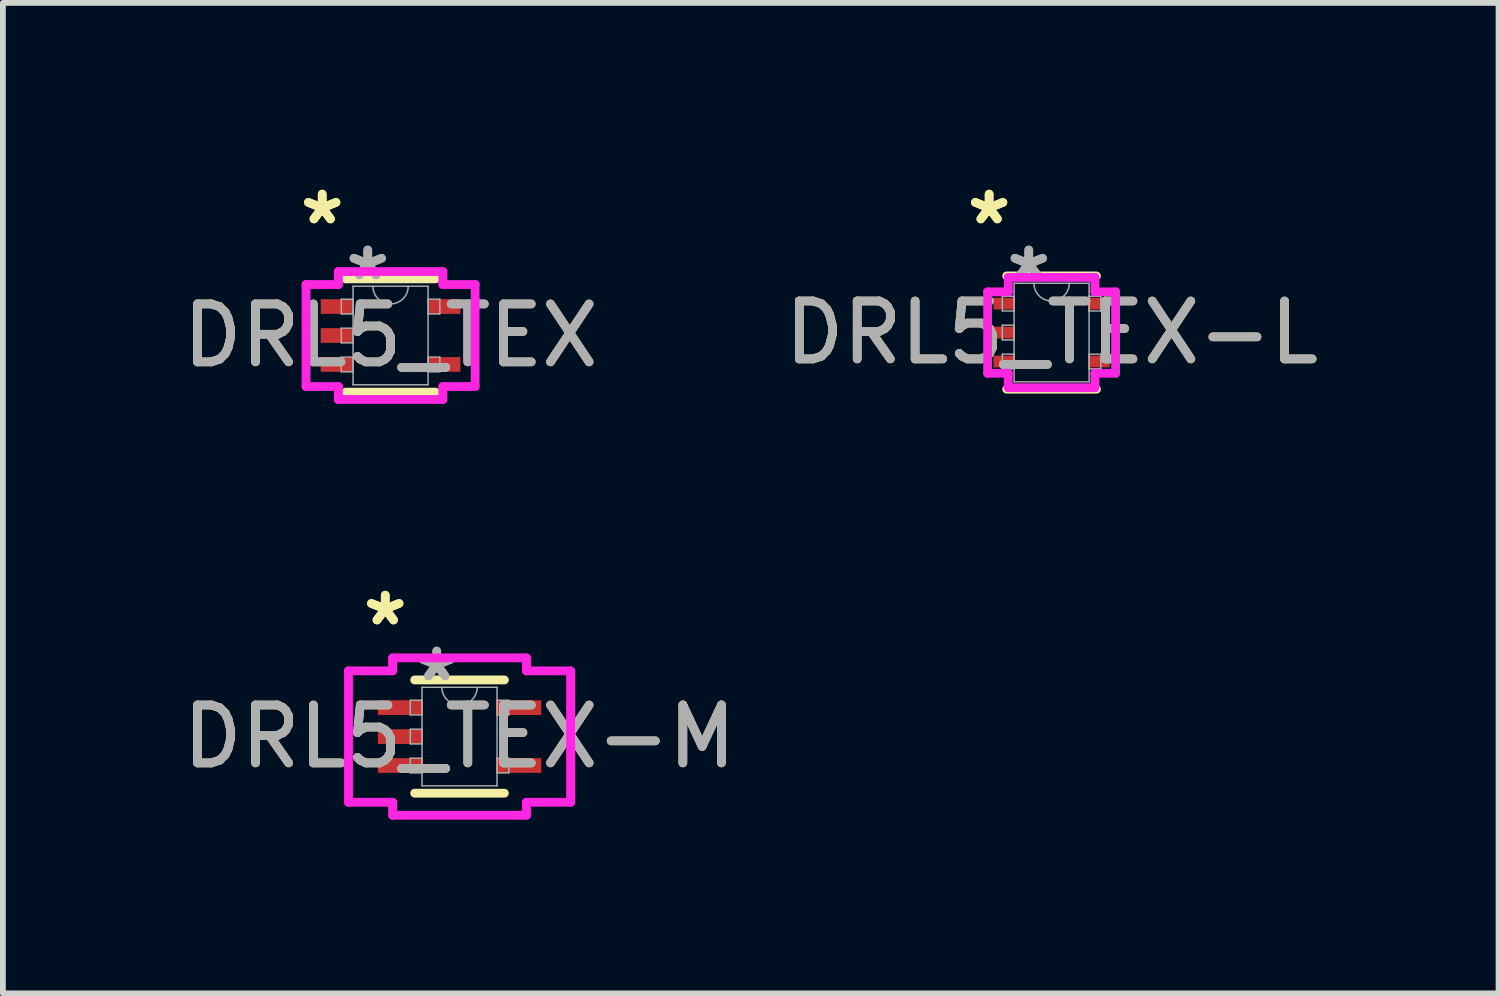
<source format=kicad_pcb>
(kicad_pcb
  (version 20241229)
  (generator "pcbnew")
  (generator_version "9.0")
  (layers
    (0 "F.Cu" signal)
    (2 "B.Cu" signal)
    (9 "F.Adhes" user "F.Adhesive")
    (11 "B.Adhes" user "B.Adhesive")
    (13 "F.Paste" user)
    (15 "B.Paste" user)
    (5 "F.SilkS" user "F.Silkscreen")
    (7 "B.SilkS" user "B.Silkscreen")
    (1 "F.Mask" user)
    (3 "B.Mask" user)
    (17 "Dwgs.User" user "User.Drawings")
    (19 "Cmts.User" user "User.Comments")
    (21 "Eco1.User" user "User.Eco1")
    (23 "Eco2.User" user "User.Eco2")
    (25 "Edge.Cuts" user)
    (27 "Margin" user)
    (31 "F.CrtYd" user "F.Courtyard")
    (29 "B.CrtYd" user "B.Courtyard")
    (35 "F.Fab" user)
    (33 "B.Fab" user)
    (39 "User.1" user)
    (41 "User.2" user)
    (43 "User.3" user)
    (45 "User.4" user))
  (footprint "DRL5_TEX-L"
    (layer "F.Cu")
    (at 15.113 2.694)
    (property "Reference" "DRL5_TEX-L" (at 0 0 0) (unlocked yes) (layer "F.SilkS") (effects (font (size 1 1) (thickness 0.15))))
    (attr smd)
    (fp_line (start -0.775 0.978) (end 0.775 0.978) (stroke (width 0.152) (type solid)) (layer "F.SilkS"))
    (fp_line (start 0.775 -0.978) (end -0.775 -0.978) (stroke (width 0.152) (type solid)) (layer "F.SilkS"))
    (fp_line (start -1.105 -0.703) (end -0.749 -0.703) (stroke (width 0.152) (type solid)) (layer "F.CrtYd"))
    (fp_line (start -1.105 0.703) (end -1.105 -0.703) (stroke (width 0.152) (type solid)) (layer "F.CrtYd"))
    (fp_line (start -0.749 -0.953) (end 0.749 -0.953) (stroke (width 0.152) (type solid)) (layer "F.CrtYd"))
    (fp_line (start -0.749 -0.703) (end -0.749 -0.953) (stroke (width 0.152) (type solid)) (layer "F.CrtYd"))
    (fp_line (start -0.749 0.703) (end -1.105 0.703) (stroke (width 0.152) (type solid)) (layer "F.CrtYd"))
    (fp_line (start -0.749 0.953) (end -0.749 0.703) (stroke (width 0.152) (type solid)) (layer "F.CrtYd"))
    (fp_line (start 0.749 -0.953) (end 0.749 -0.703) (stroke (width 0.152) (type solid)) (layer "F.CrtYd"))
    (fp_line (start 0.749 -0.703) (end 1.105 -0.703) (stroke (width 0.152) (type solid)) (layer "F.CrtYd"))
    (fp_line (start 0.749 0.703) (end 0.749 0.953) (stroke (width 0.152) (type solid)) (layer "F.CrtYd"))
    (fp_line (start 0.749 0.953) (end -0.749 0.953) (stroke (width 0.152) (type solid)) (layer "F.CrtYd"))
    (fp_line (start 1.105 -0.703) (end 1.105 0.703) (stroke (width 0.152) (type solid)) (layer "F.CrtYd"))
    (fp_line (start 1.105 0.703) (end 0.749 0.703) (stroke (width 0.152) (type solid)) (layer "F.CrtYd"))
    (fp_line (start -0.851 -0.627) (end -0.851 -0.373) (stroke (width 0.025) (type solid)) (layer "F.Fab"))
    (fp_line (start -0.851 -0.373) (end -0.648 -0.373) (stroke (width 0.025) (type solid)) (layer "F.Fab"))
    (fp_line (start -0.851 -0.127) (end -0.851 0.127) (stroke (width 0.025) (type solid)) (layer "F.Fab"))
    (fp_line (start -0.851 0.127) (end -0.648 0.127) (stroke (width 0.025) (type solid)) (layer "F.Fab"))
    (fp_line (start -0.851 0.373) (end -0.851 0.627) (stroke (width 0.025) (type solid)) (layer "F.Fab"))
    (fp_line (start -0.851 0.627) (end -0.648 0.627) (stroke (width 0.025) (type solid)) (layer "F.Fab"))
    (fp_line (start -0.648 -0.851) (end -0.648 0.851) (stroke (width 0.025) (type solid)) (layer "F.Fab"))
    (fp_line (start -0.648 -0.627) (end -0.851 -0.627) (stroke (width 0.025) (type solid)) (layer "F.Fab"))
    (fp_line (start -0.648 -0.373) (end -0.648 -0.627) (stroke (width 0.025) (type solid)) (layer "F.Fab"))
    (fp_line (start -0.648 -0.127) (end -0.851 -0.127) (stroke (width 0.025) (type solid)) (layer "F.Fab"))
    (fp_line (start -0.648 0.127) (end -0.648 -0.127) (stroke (width 0.025) (type solid)) (layer "F.Fab"))
    (fp_line (start -0.648 0.373) (end -0.851 0.373) (stroke (width 0.025) (type solid)) (layer "F.Fab"))
    (fp_line (start -0.648 0.627) (end -0.648 0.373) (stroke (width 0.025) (type solid)) (layer "F.Fab"))
    (fp_line (start -0.648 0.851) (end 0.648 0.851) (stroke (width 0.025) (type solid)) (layer "F.Fab"))
    (fp_line (start 0.648 -0.851) (end -0.648 -0.851) (stroke (width 0.025) (type solid)) (layer "F.Fab"))
    (fp_line (start 0.648 -0.627) (end 0.648 -0.373) (stroke (width 0.025) (type solid)) (layer "F.Fab"))
    (fp_line (start 0.648 -0.373) (end 0.851 -0.373) (stroke (width 0.025) (type solid)) (layer "F.Fab"))
    (fp_line (start 0.648 0.373) (end 0.648 0.627) (stroke (width 0.025) (type solid)) (layer "F.Fab"))
    (fp_line (start 0.648 0.627) (end 0.851 0.627) (stroke (width 0.025) (type solid)) (layer "F.Fab"))
    (fp_line (start 0.648 0.851) (end 0.648 -0.851) (stroke (width 0.025) (type solid)) (layer "F.Fab"))
    (fp_line (start 0.851 -0.627) (end 0.648 -0.627) (stroke (width 0.025) (type solid)) (layer "F.Fab"))
    (fp_line (start 0.851 -0.373) (end 0.851 -0.627) (stroke (width 0.025) (type solid)) (layer "F.Fab"))
    (fp_line (start 0.851 0.373) (end 0.648 0.373) (stroke (width 0.025) (type solid)) (layer "F.Fab"))
    (fp_line (start 0.851 0.627) (end 0.851 0.373) (stroke (width 0.025) (type solid)) (layer "F.Fab"))
    (fp_arc (start 0.3048 -0.8509) (mid 0 -0.5461) (end -0.3048 -0.8509) (stroke (width 0.0254) (type solid)) (layer "F.Fab"))
    (fp_text user "*" (at -1.079 -1.846 0) (layer "F.SilkS") (effects (font (size 1 1) (thickness 0.15))))
    (fp_text user "*" (at -1.079 -1.846 0) (unlocked yes) (layer "F.SilkS") (effects (font (size 1 1) (thickness 0.15))))
    (fp_text user "*" (at -0.394 -0.881 0) (layer "F.Fab") (effects (font (size 1 1) (thickness 0.15))))
    (fp_text user "${REFERENCE}" (at 0 0 0) (unlocked yes) (layer "F.Fab") (effects (font (size 1 1) (thickness 0.15))))
    (fp_text user "*" (at -0.394 -0.881 0) (unlocked yes) (layer "F.Fab") (effects (font (size 1 1) (thickness 0.15))))
    (pad "1" smd rect (at -0.826 -0.5) (size 0.356 0.203) (layers "F.Cu" "F.Mask" "F.Paste"))
    (pad "2" smd rect (at -0.826 0) (size 0.356 0.203) (layers "F.Cu" "F.Mask" "F.Paste"))
    (pad "3" smd rect (at -0.826 0.5) (size 0.356 0.203) (layers "F.Cu" "F.Mask" "F.Paste"))
    (pad "4" smd rect (at 0.826 0.5) (size 0.356 0.203) (layers "F.Cu" "F.Mask" "F.Paste"))
    (pad "5" smd rect (at 0.826 -0.5) (size 0.356 0.203) (layers "F.Cu" "F.Mask" "F.Paste")))
  (footprint "DRL5_TEX"
    (layer "F.Cu")
    (at 3.696 2.745)
    (property "Reference" "DRL5_TEX" (at 0 0 0) (unlocked yes) (layer "F.SilkS") (effects (font (size 1 1) (thickness 0.15))))
    (attr smd)
    (fp_line (start -0.775 0.978) (end 0.775 0.978) (stroke (width 0.152) (type solid)) (layer "F.SilkS"))
    (fp_line (start 0.775 -0.978) (end -0.775 -0.978) (stroke (width 0.152) (type solid)) (layer "F.SilkS"))
    (fp_line (start -1.46 -0.881) (end -0.902 -0.881) (stroke (width 0.152) (type solid)) (layer "F.CrtYd"))
    (fp_line (start -1.46 0.881) (end -1.46 -0.881) (stroke (width 0.152) (type solid)) (layer "F.CrtYd"))
    (fp_line (start -0.902 -1.105) (end 0.902 -1.105) (stroke (width 0.152) (type solid)) (layer "F.CrtYd"))
    (fp_line (start -0.902 -0.881) (end -0.902 -1.105) (stroke (width 0.152) (type solid)) (layer "F.CrtYd"))
    (fp_line (start -0.902 0.881) (end -1.46 0.881) (stroke (width 0.152) (type solid)) (layer "F.CrtYd"))
    (fp_line (start -0.902 1.105) (end -0.902 0.881) (stroke (width 0.152) (type solid)) (layer "F.CrtYd"))
    (fp_line (start 0.902 -1.105) (end 0.902 -0.881) (stroke (width 0.152) (type solid)) (layer "F.CrtYd"))
    (fp_line (start 0.902 -0.881) (end 1.46 -0.881) (stroke (width 0.152) (type solid)) (layer "F.CrtYd"))
    (fp_line (start 0.902 0.881) (end 0.902 1.105) (stroke (width 0.152) (type solid)) (layer "F.CrtYd"))
    (fp_line (start 0.902 1.105) (end -0.902 1.105) (stroke (width 0.152) (type solid)) (layer "F.CrtYd"))
    (fp_line (start 1.46 -0.881) (end 1.46 0.881) (stroke (width 0.152) (type solid)) (layer "F.CrtYd"))
    (fp_line (start 1.46 0.881) (end 0.902 0.881) (stroke (width 0.152) (type solid)) (layer "F.CrtYd"))
    (fp_line (start -0.851 -0.627) (end -0.851 -0.373) (stroke (width 0.025) (type solid)) (layer "F.Fab"))
    (fp_line (start -0.851 -0.373) (end -0.648 -0.373) (stroke (width 0.025) (type solid)) (layer "F.Fab"))
    (fp_line (start -0.851 -0.127) (end -0.851 0.127) (stroke (width 0.025) (type solid)) (layer "F.Fab"))
    (fp_line (start -0.851 0.127) (end -0.648 0.127) (stroke (width 0.025) (type solid)) (layer "F.Fab"))
    (fp_line (start -0.851 0.373) (end -0.851 0.627) (stroke (width 0.025) (type solid)) (layer "F.Fab"))
    (fp_line (start -0.851 0.627) (end -0.648 0.627) (stroke (width 0.025) (type solid)) (layer "F.Fab"))
    (fp_line (start -0.648 -0.851) (end -0.648 0.851) (stroke (width 0.025) (type solid)) (layer "F.Fab"))
    (fp_line (start -0.648 -0.627) (end -0.851 -0.627) (stroke (width 0.025) (type solid)) (layer "F.Fab"))
    (fp_line (start -0.648 -0.373) (end -0.648 -0.627) (stroke (width 0.025) (type solid)) (layer "F.Fab"))
    (fp_line (start -0.648 -0.127) (end -0.851 -0.127) (stroke (width 0.025) (type solid)) (layer "F.Fab"))
    (fp_line (start -0.648 0.127) (end -0.648 -0.127) (stroke (width 0.025) (type solid)) (layer "F.Fab"))
    (fp_line (start -0.648 0.373) (end -0.851 0.373) (stroke (width 0.025) (type solid)) (layer "F.Fab"))
    (fp_line (start -0.648 0.627) (end -0.648 0.373) (stroke (width 0.025) (type solid)) (layer "F.Fab"))
    (fp_line (start -0.648 0.851) (end 0.648 0.851) (stroke (width 0.025) (type solid)) (layer "F.Fab"))
    (fp_line (start 0.648 -0.851) (end -0.648 -0.851) (stroke (width 0.025) (type solid)) (layer "F.Fab"))
    (fp_line (start 0.648 -0.627) (end 0.648 -0.373) (stroke (width 0.025) (type solid)) (layer "F.Fab"))
    (fp_line (start 0.648 -0.373) (end 0.851 -0.373) (stroke (width 0.025) (type solid)) (layer "F.Fab"))
    (fp_line (start 0.648 0.373) (end 0.648 0.627) (stroke (width 0.025) (type solid)) (layer "F.Fab"))
    (fp_line (start 0.648 0.627) (end 0.851 0.627) (stroke (width 0.025) (type solid)) (layer "F.Fab"))
    (fp_line (start 0.648 0.851) (end 0.648 -0.851) (stroke (width 0.025) (type solid)) (layer "F.Fab"))
    (fp_line (start 0.851 -0.627) (end 0.648 -0.627) (stroke (width 0.025) (type solid)) (layer "F.Fab"))
    (fp_line (start 0.851 -0.373) (end 0.851 -0.627) (stroke (width 0.025) (type solid)) (layer "F.Fab"))
    (fp_line (start 0.851 0.373) (end 0.648 0.373) (stroke (width 0.025) (type solid)) (layer "F.Fab"))
    (fp_line (start 0.851 0.627) (end 0.851 0.373) (stroke (width 0.025) (type solid)) (layer "F.Fab"))
    (fp_arc (start 0.3048 -0.8509) (mid 0 -0.5461) (end -0.3048 -0.8509) (stroke (width 0.0254) (type solid)) (layer "F.Fab"))
    (fp_text user "*" (at -1.181 -1.897 0) (layer "F.SilkS") (effects (font (size 1 1) (thickness 0.15))))
    (fp_text user "*" (at -1.181 -1.897 0) (unlocked yes) (layer "F.SilkS") (effects (font (size 1 1) (thickness 0.15))))
    (fp_text user "*" (at -0.394 -0.932 0) (layer "F.Fab") (effects (font (size 1 1) (thickness 0.15))))
    (fp_text user "${REFERENCE}" (at 0 0 0) (unlocked yes) (layer "F.Fab") (effects (font (size 1 1) (thickness 0.15))))
    (fp_text user "*" (at -0.394 -0.932 0) (unlocked yes) (layer "F.Fab") (effects (font (size 1 1) (thickness 0.15))))
    (pad "1" smd rect (at -0.927 -0.5) (size 0.559 0.254) (layers "F.Cu" "F.Mask" "F.Paste"))
    (pad "2" smd rect (at -0.927 0) (size 0.559 0.254) (layers "F.Cu" "F.Mask" "F.Paste"))
    (pad "3" smd rect (at -0.927 0.5) (size 0.559 0.254) (layers "F.Cu" "F.Mask" "F.Paste"))
    (pad "4" smd rect (at 0.927 0.5) (size 0.559 0.254) (layers "F.Cu" "F.Mask" "F.Paste"))
    (pad "5" smd rect (at 0.927 -0.5) (size 0.559 0.254) (layers "F.Cu" "F.Mask" "F.Paste")))
  (footprint "DRL5_TEX-M"
    (layer "F.Cu")
    (at 4.887 9.672)
    (property "Reference" "DRL5_TEX-M" (at 0 0 0) (unlocked yes) (layer "F.SilkS") (effects (font (size 1 1) (thickness 0.15))))
    (attr smd)
    (fp_line (start -0.775 0.978) (end 0.775 0.978) (stroke (width 0.152) (type solid)) (layer "F.SilkS"))
    (fp_line (start 0.775 -0.978) (end -0.775 -0.978) (stroke (width 0.152) (type solid)) (layer "F.SilkS"))
    (fp_line (start -1.918 -1.135) (end -1.156 -1.135) (stroke (width 0.152) (type solid)) (layer "F.CrtYd"))
    (fp_line (start -1.918 1.135) (end -1.918 -1.135) (stroke (width 0.152) (type solid)) (layer "F.CrtYd"))
    (fp_line (start -1.156 -1.359) (end 1.156 -1.359) (stroke (width 0.152) (type solid)) (layer "F.CrtYd"))
    (fp_line (start -1.156 -1.135) (end -1.156 -1.359) (stroke (width 0.152) (type solid)) (layer "F.CrtYd"))
    (fp_line (start -1.156 1.135) (end -1.918 1.135) (stroke (width 0.152) (type solid)) (layer "F.CrtYd"))
    (fp_line (start -1.156 1.359) (end -1.156 1.135) (stroke (width 0.152) (type solid)) (layer "F.CrtYd"))
    (fp_line (start 1.156 -1.359) (end 1.156 -1.135) (stroke (width 0.152) (type solid)) (layer "F.CrtYd"))
    (fp_line (start 1.156 -1.135) (end 1.918 -1.135) (stroke (width 0.152) (type solid)) (layer "F.CrtYd"))
    (fp_line (start 1.156 1.135) (end 1.156 1.359) (stroke (width 0.152) (type solid)) (layer "F.CrtYd"))
    (fp_line (start 1.156 1.359) (end -1.156 1.359) (stroke (width 0.152) (type solid)) (layer "F.CrtYd"))
    (fp_line (start 1.918 -1.135) (end 1.918 1.135) (stroke (width 0.152) (type solid)) (layer "F.CrtYd"))
    (fp_line (start 1.918 1.135) (end 1.156 1.135) (stroke (width 0.152) (type solid)) (layer "F.CrtYd"))
    (fp_line (start -0.851 -0.627) (end -0.851 -0.373) (stroke (width 0.025) (type solid)) (layer "F.Fab"))
    (fp_line (start -0.851 -0.373) (end -0.648 -0.373) (stroke (width 0.025) (type solid)) (layer "F.Fab"))
    (fp_line (start -0.851 -0.127) (end -0.851 0.127) (stroke (width 0.025) (type solid)) (layer "F.Fab"))
    (fp_line (start -0.851 0.127) (end -0.648 0.127) (stroke (width 0.025) (type solid)) (layer "F.Fab"))
    (fp_line (start -0.851 0.373) (end -0.851 0.627) (stroke (width 0.025) (type solid)) (layer "F.Fab"))
    (fp_line (start -0.851 0.627) (end -0.648 0.627) (stroke (width 0.025) (type solid)) (layer "F.Fab"))
    (fp_line (start -0.648 -0.851) (end -0.648 0.851) (stroke (width 0.025) (type solid)) (layer "F.Fab"))
    (fp_line (start -0.648 -0.627) (end -0.851 -0.627) (stroke (width 0.025) (type solid)) (layer "F.Fab"))
    (fp_line (start -0.648 -0.373) (end -0.648 -0.627) (stroke (width 0.025) (type solid)) (layer "F.Fab"))
    (fp_line (start -0.648 -0.127) (end -0.851 -0.127) (stroke (width 0.025) (type solid)) (layer "F.Fab"))
    (fp_line (start -0.648 0.127) (end -0.648 -0.127) (stroke (width 0.025) (type solid)) (layer "F.Fab"))
    (fp_line (start -0.648 0.373) (end -0.851 0.373) (stroke (width 0.025) (type solid)) (layer "F.Fab"))
    (fp_line (start -0.648 0.627) (end -0.648 0.373) (stroke (width 0.025) (type solid)) (layer "F.Fab"))
    (fp_line (start -0.648 0.851) (end 0.648 0.851) (stroke (width 0.025) (type solid)) (layer "F.Fab"))
    (fp_line (start 0.648 -0.851) (end -0.648 -0.851) (stroke (width 0.025) (type solid)) (layer "F.Fab"))
    (fp_line (start 0.648 -0.627) (end 0.648 -0.373) (stroke (width 0.025) (type solid)) (layer "F.Fab"))
    (fp_line (start 0.648 -0.373) (end 0.851 -0.373) (stroke (width 0.025) (type solid)) (layer "F.Fab"))
    (fp_line (start 0.648 0.373) (end 0.648 0.627) (stroke (width 0.025) (type solid)) (layer "F.Fab"))
    (fp_line (start 0.648 0.627) (end 0.851 0.627) (stroke (width 0.025) (type solid)) (layer "F.Fab"))
    (fp_line (start 0.648 0.851) (end 0.648 -0.851) (stroke (width 0.025) (type solid)) (layer "F.Fab"))
    (fp_line (start 0.851 -0.627) (end 0.648 -0.627) (stroke (width 0.025) (type solid)) (layer "F.Fab"))
    (fp_line (start 0.851 -0.373) (end 0.851 -0.627) (stroke (width 0.025) (type solid)) (layer "F.Fab"))
    (fp_line (start 0.851 0.373) (end 0.648 0.373) (stroke (width 0.025) (type solid)) (layer "F.Fab"))
    (fp_line (start 0.851 0.627) (end 0.851 0.373) (stroke (width 0.025) (type solid)) (layer "F.Fab"))
    (fp_arc (start 0.3048 -0.8509) (mid 0 -0.5461) (end -0.3048 -0.8509) (stroke (width 0.0254) (type solid)) (layer "F.Fab"))
    (fp_text user "*" (at -1.283 -1.897 0) (unlocked yes) (layer "F.SilkS") (effects (font (size 1 1) (thickness 0.15))))
    (fp_text user "*" (at -1.283 -1.897 0) (layer "F.SilkS") (effects (font (size 1 1) (thickness 0.15))))
    (fp_text user "*" (at -0.394 -0.932 0) (layer "F.Fab") (effects (font (size 1 1) (thickness 0.15))))
    (fp_text user "${REFERENCE}" (at 0 0 0) (unlocked yes) (layer "F.Fab") (effects (font (size 1 1) (thickness 0.15))))
    (fp_text user "*" (at -0.394 -0.932 0) (unlocked yes) (layer "F.Fab") (effects (font (size 1 1) (thickness 0.15))))
    (pad "1" smd rect (at -1.029 -0.5) (size 0.762 0.254) (layers "F.Cu" "F.Mask" "F.Paste"))
    (pad "2" smd rect (at -1.029 0) (size 0.762 0.254) (layers "F.Cu" "F.Mask" "F.Paste"))
    (pad "3" smd rect (at -1.029 0.5) (size 0.762 0.254) (layers "F.Cu" "F.Mask" "F.Paste"))
    (pad "4" smd rect (at 1.029 0.5) (size 0.762 0.254) (layers "F.Cu" "F.Mask" "F.Paste"))
    (pad "5" smd rect (at 1.029 -0.5) (size 0.762 0.254) (layers "F.Cu" "F.Mask" "F.Paste")))
  (gr_rect
    (start -3 -3)
    (end 22.833 14.107)
    (stroke (width 0.1) (type default))
    (fill no)
    (layer "Edge.Cuts")))
</source>
